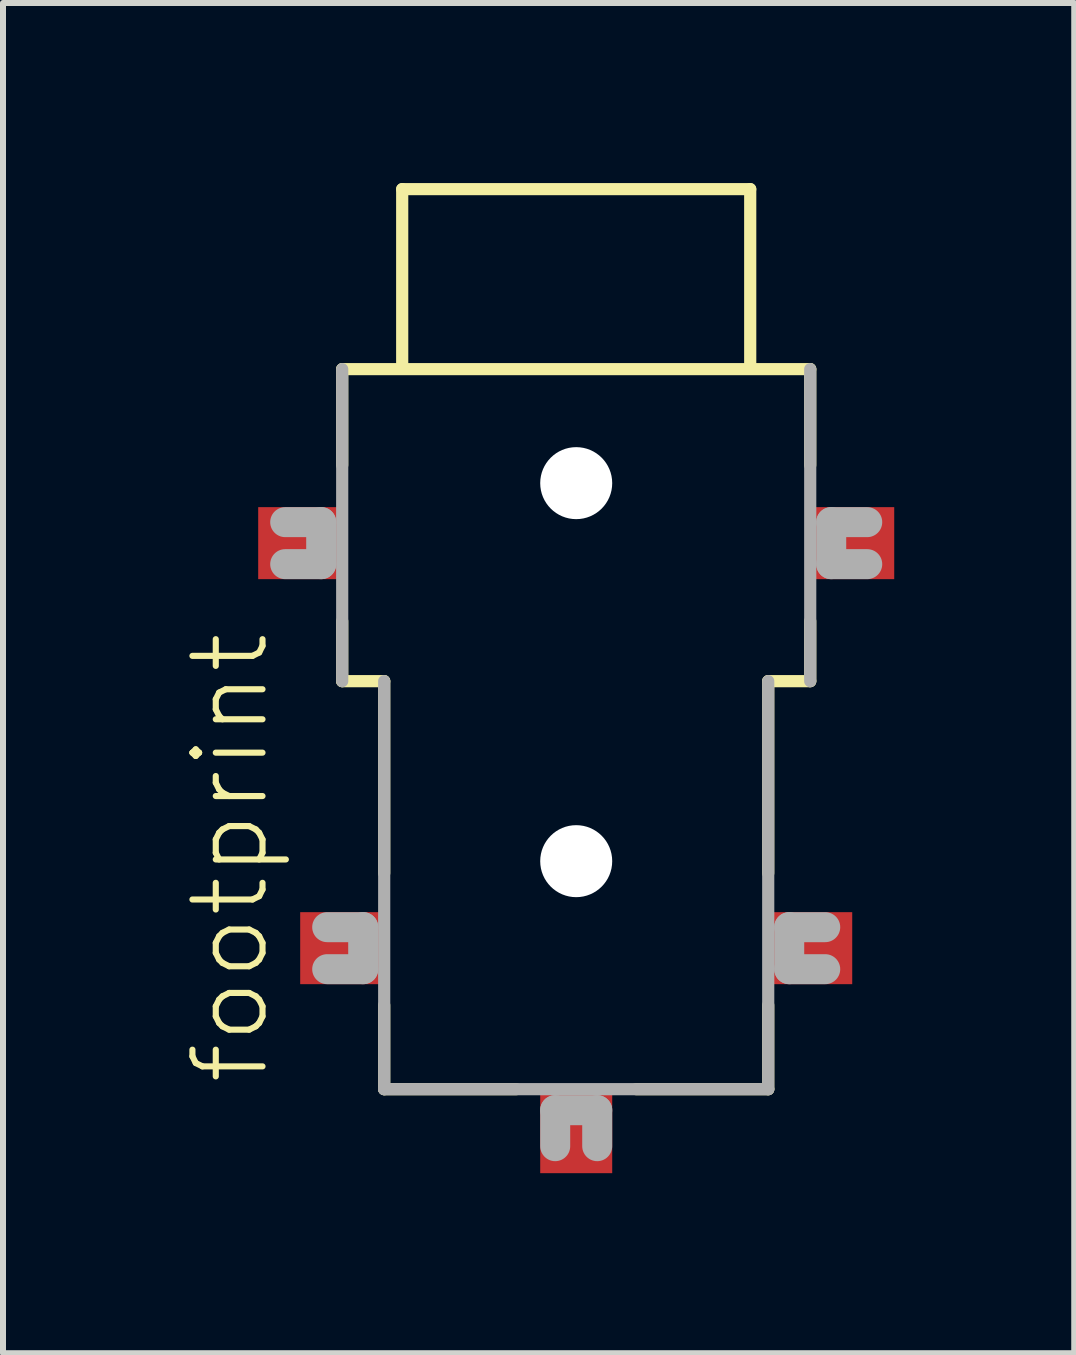
<source format=kicad_pcb>
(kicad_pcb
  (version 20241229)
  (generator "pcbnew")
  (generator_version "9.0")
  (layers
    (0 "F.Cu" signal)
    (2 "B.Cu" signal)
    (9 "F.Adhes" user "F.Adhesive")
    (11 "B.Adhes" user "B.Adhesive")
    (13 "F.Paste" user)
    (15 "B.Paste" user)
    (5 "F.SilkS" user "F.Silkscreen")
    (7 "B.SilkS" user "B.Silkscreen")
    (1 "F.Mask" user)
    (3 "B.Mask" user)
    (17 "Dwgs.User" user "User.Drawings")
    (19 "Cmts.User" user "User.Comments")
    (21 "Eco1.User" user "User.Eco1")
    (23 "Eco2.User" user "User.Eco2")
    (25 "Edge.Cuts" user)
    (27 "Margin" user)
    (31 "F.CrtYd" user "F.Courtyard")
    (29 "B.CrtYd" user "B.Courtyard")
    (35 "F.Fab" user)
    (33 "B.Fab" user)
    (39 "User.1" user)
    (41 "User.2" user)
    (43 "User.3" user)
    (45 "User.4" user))
  (footprint "footprint"
    (layer "F.Cu")
    (at 6.553 3.002)
    (property "Reference" "footprint" (at -5.08 12.065 90) (layer "F.SilkS") (effects (font (size 1.168 1.168) (thickness 0.102)) (justify left bottom)))
    (fp_line (start -3.9 0.1) (end 3.9 0.1) (stroke (width 0.203) (type solid)) (layer "F.SilkS"))
    (fp_line (start -3.9 1.7) (end -3.9 0.1) (stroke (width 0.203) (type solid)) (layer "F.SilkS"))
    (fp_line (start -3.9 5.3) (end -3.9 4.3) (stroke (width 0.203) (type solid)) (layer "F.SilkS"))
    (fp_line (start -3.2 5.3) (end -3.9 5.3) (stroke (width 0.203) (type solid)) (layer "F.SilkS"))
    (fp_line (start -3.2 8.5) (end -3.2 5.3) (stroke (width 0.203) (type solid)) (layer "F.SilkS"))
    (fp_line (start -3.2 12.1) (end -3.2 10.7) (stroke (width 0.203) (type solid)) (layer "F.SilkS"))
    (fp_line (start -2.9 -2.9) (end 2.9 -2.9) (stroke (width 0.203) (type solid)) (layer "F.SilkS"))
    (fp_line (start -2.9 0) (end -2.9 -2.9) (stroke (width 0.203) (type solid)) (layer "F.SilkS"))
    (fp_line (start -1 12.1) (end -3.2 12.1) (stroke (width 0.203) (type solid)) (layer "F.SilkS"))
    (fp_line (start 2.9 -2.9) (end 2.9 0) (stroke (width 0.203) (type solid)) (layer "F.SilkS"))
    (fp_line (start 3.2 5.3) (end 3.2 8.5) (stroke (width 0.203) (type solid)) (layer "F.SilkS"))
    (fp_line (start 3.2 10.7) (end 3.2 12.1) (stroke (width 0.203) (type solid)) (layer "F.SilkS"))
    (fp_line (start 3.2 12.1) (end 1 12.1) (stroke (width 0.203) (type solid)) (layer "F.SilkS"))
    (fp_line (start 3.9 0.1) (end 3.9 1.7) (stroke (width 0.203) (type solid)) (layer "F.SilkS"))
    (fp_line (start 3.9 4.3) (end 3.9 5.3) (stroke (width 0.203) (type solid)) (layer "F.SilkS"))
    (fp_line (start 3.9 5.3) (end 3.2 5.3) (stroke (width 0.203) (type solid)) (layer "F.SilkS"))
    (fp_line (start -4.85 2.65) (end -4.25 2.65) (stroke (width 0.5) (type solid)) (layer "F.Fab"))
    (fp_line (start -4.25 2.65) (end -4.25 3.35) (stroke (width 0.5) (type solid)) (layer "F.Fab"))
    (fp_line (start -4.25 3.35) (end -4.85 3.35) (stroke (width 0.5) (type solid)) (layer "F.Fab"))
    (fp_line (start -4.15 9.4) (end -3.55 9.4) (stroke (width 0.5) (type solid)) (layer "F.Fab"))
    (fp_line (start -3.9 5.3) (end -3.9 0.1) (stroke (width 0.203) (type solid)) (layer "F.Fab"))
    (fp_line (start -3.55 9.4) (end -3.55 10.1) (stroke (width 0.5) (type solid)) (layer "F.Fab"))
    (fp_line (start -3.55 10.1) (end -4.15 10.1) (stroke (width 0.5) (type solid)) (layer "F.Fab"))
    (fp_line (start -3.2 12.1) (end -3.2 5.3) (stroke (width 0.203) (type solid)) (layer "F.Fab"))
    (fp_line (start -0.35 12.45) (end 0.35 12.45) (stroke (width 0.5) (type solid)) (layer "F.Fab"))
    (fp_line (start -0.35 13.05) (end -0.35 12.45) (stroke (width 0.5) (type solid)) (layer "F.Fab"))
    (fp_line (start 0.35 12.45) (end 0.35 13.05) (stroke (width 0.5) (type solid)) (layer "F.Fab"))
    (fp_line (start 3.2 5.3) (end 3.2 12.1) (stroke (width 0.203) (type solid)) (layer "F.Fab"))
    (fp_line (start 3.2 12.1) (end -3.2 12.1) (stroke (width 0.203) (type solid)) (layer "F.Fab"))
    (fp_line (start 3.55 9.4) (end 4.15 9.4) (stroke (width 0.5) (type solid)) (layer "F.Fab"))
    (fp_line (start 3.55 10.1) (end 3.55 9.4) (stroke (width 0.5) (type solid)) (layer "F.Fab"))
    (fp_line (start 3.9 0.1) (end 3.9 5.3) (stroke (width 0.203) (type solid)) (layer "F.Fab"))
    (fp_line (start 4.15 10.1) (end 3.55 10.1) (stroke (width 0.5) (type solid)) (layer "F.Fab"))
    (fp_line (start 4.25 2.65) (end 4.85 2.65) (stroke (width 0.5) (type solid)) (layer "F.Fab"))
    (fp_line (start 4.25 3.35) (end 4.25 2.65) (stroke (width 0.5) (type solid)) (layer "F.Fab"))
    (fp_line (start 4.85 3.35) (end 4.25 3.35) (stroke (width 0.5) (type solid)) (layer "F.Fab"))
    (pad "" np_thru_hole circle (at 0 2) (size 1.2 1.2) (drill 1.2) (layers "*.Cu" "*.Mask"))
    (pad "" np_thru_hole circle (at 0 8.3) (size 1.2 1.2) (drill 1.2) (layers "*.Cu" "*.Mask"))
    (pad "1" smd rect (at 0 12.8) (size 1.2 1.4) (layers "F.Cu" "F.Mask" "F.Paste"))
    (pad "2" smd rect (at -4.6 3) (size 1.4 1.2) (layers "F.Cu" "F.Mask" "F.Paste"))
    (pad "2@1" smd rect (at 4.6 3) (size 1.4 1.2) (layers "F.Cu" "F.Mask" "F.Paste"))
    (pad "3" smd rect (at -3.9 9.75) (size 1.4 1.2) (layers "F.Cu" "F.Mask" "F.Paste"))
    (pad "3@1" smd rect (at 3.9 9.75) (size 1.4 1.2) (layers "F.Cu" "F.Mask" "F.Paste")))
  (gr_rect
    (start -3 -3)
    (end 14.853 19.502)
    (stroke (width 0.1) (type default))
    (fill no)
    (layer "Edge.Cuts")))
</source>
